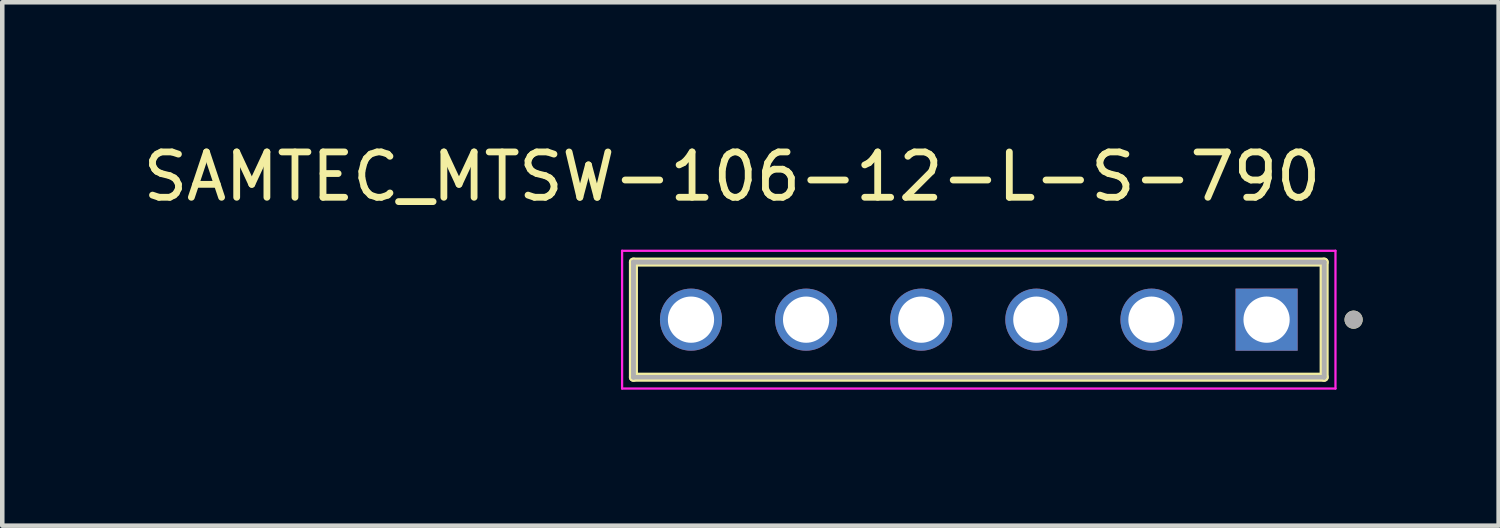
<source format=kicad_pcb>
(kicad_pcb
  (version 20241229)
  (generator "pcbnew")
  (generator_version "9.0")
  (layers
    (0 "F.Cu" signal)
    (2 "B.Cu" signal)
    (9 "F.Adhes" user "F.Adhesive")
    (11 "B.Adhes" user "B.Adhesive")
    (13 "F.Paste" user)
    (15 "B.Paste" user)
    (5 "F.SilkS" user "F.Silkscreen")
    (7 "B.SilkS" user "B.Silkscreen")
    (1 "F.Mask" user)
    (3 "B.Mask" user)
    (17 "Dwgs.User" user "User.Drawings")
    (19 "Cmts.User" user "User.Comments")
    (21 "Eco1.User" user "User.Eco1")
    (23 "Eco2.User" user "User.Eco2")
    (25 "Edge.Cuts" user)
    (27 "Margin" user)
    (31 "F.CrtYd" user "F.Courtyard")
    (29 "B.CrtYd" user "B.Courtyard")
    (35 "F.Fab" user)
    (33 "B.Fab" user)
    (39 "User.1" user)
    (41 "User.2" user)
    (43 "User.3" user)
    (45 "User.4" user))
  (footprint "SAMTEC_MTSW-106-12-L-S-790"
    (layer "F.Cu")
    (at 18.546 4.003)
    (property "Reference" "SAMTEC_MTSW-106-12-L-S-790" (at -5.445 -3.155 0) (layer "F.SilkS") (effects (font (size 1 1) (thickness 0.15))))
    (attr through_hole)
    (fp_line (start -7.62 1.27) (end -7.62 -1.27) (stroke (width 0.2) (type solid)) (layer "F.SilkS"))
    (fp_line (start 7.62 -1.27) (end -7.62 -1.27) (stroke (width 0.2) (type solid)) (layer "F.SilkS"))
    (fp_line (start 7.62 -1.27) (end 7.62 1.27) (stroke (width 0.2) (type solid)) (layer "F.SilkS"))
    (fp_line (start 7.62 1.27) (end -7.62 1.27) (stroke (width 0.2) (type solid)) (layer "F.SilkS"))
    (fp_circle (center 8.27 0) (end 8.37 0) (stroke (width 0.2) (type solid)) (fill no) (layer "F.SilkS"))
    (fp_line (start -7.87 -1.52) (end 7.87 -1.52) (stroke (width 0.05) (type solid)) (layer "F.CrtYd"))
    (fp_line (start -7.87 1.52) (end -7.87 -1.52) (stroke (width 0.05) (type solid)) (layer "F.CrtYd"))
    (fp_line (start 7.87 -1.52) (end 7.87 1.52) (stroke (width 0.05) (type solid)) (layer "F.CrtYd"))
    (fp_line (start 7.87 1.52) (end -7.87 1.52) (stroke (width 0.05) (type solid)) (layer "F.CrtYd"))
    (fp_line (start -7.62 -1.27) (end 7.62 -1.27) (stroke (width 0.1) (type solid)) (layer "F.Fab"))
    (fp_line (start -7.62 -1.27) (end 7.62 -1.27) (stroke (width 0.1) (type solid)) (layer "F.Fab"))
    (fp_line (start -7.62 1.27) (end -7.62 -1.27) (stroke (width 0.1) (type solid)) (layer "F.Fab"))
    (fp_line (start -7.62 1.27) (end -7.62 -1.27) (stroke (width 0.1) (type solid)) (layer "F.Fab"))
    (fp_line (start 7.62 -1.27) (end 7.62 1.27) (stroke (width 0.1) (type solid)) (layer "F.Fab"))
    (fp_line (start 7.62 -1.27) (end 7.62 1.27) (stroke (width 0.1) (type solid)) (layer "F.Fab"))
    (fp_line (start 7.62 1.27) (end -7.62 1.27) (stroke (width 0.1) (type solid)) (layer "F.Fab"))
    (fp_circle (center 8.27 0) (end 8.37 0) (stroke (width 0.2) (type solid)) (fill no) (layer "F.Fab"))
    (pad "01" thru_hole rect (at 6.35 0) (size 1.37 1.37) (drill 1.02) (layers "*.Cu" "*.Mask"))
    (pad "02" thru_hole circle (at 3.81 0) (size 1.37 1.37) (drill 1.02) (layers "*.Cu" "*.Mask"))
    (pad "03" thru_hole circle (at 1.27 0) (size 1.37 1.37) (drill 1.02) (layers "*.Cu" "*.Mask"))
    (pad "04" thru_hole circle (at -1.27 0) (size 1.37 1.37) (drill 1.02) (layers "*.Cu" "*.Mask"))
    (pad "05" thru_hole circle (at -3.81 0) (size 1.37 1.37) (drill 1.02) (layers "*.Cu" "*.Mask"))
    (pad "06" thru_hole circle (at -6.35 0) (size 1.37 1.37) (drill 1.02) (layers "*.Cu" "*.Mask")))
  (gr_rect
    (start -3 -3)
    (end 30.016 8.548)
    (stroke (width 0.1) (type default))
    (fill no)
    (layer "Edge.Cuts")))
</source>
